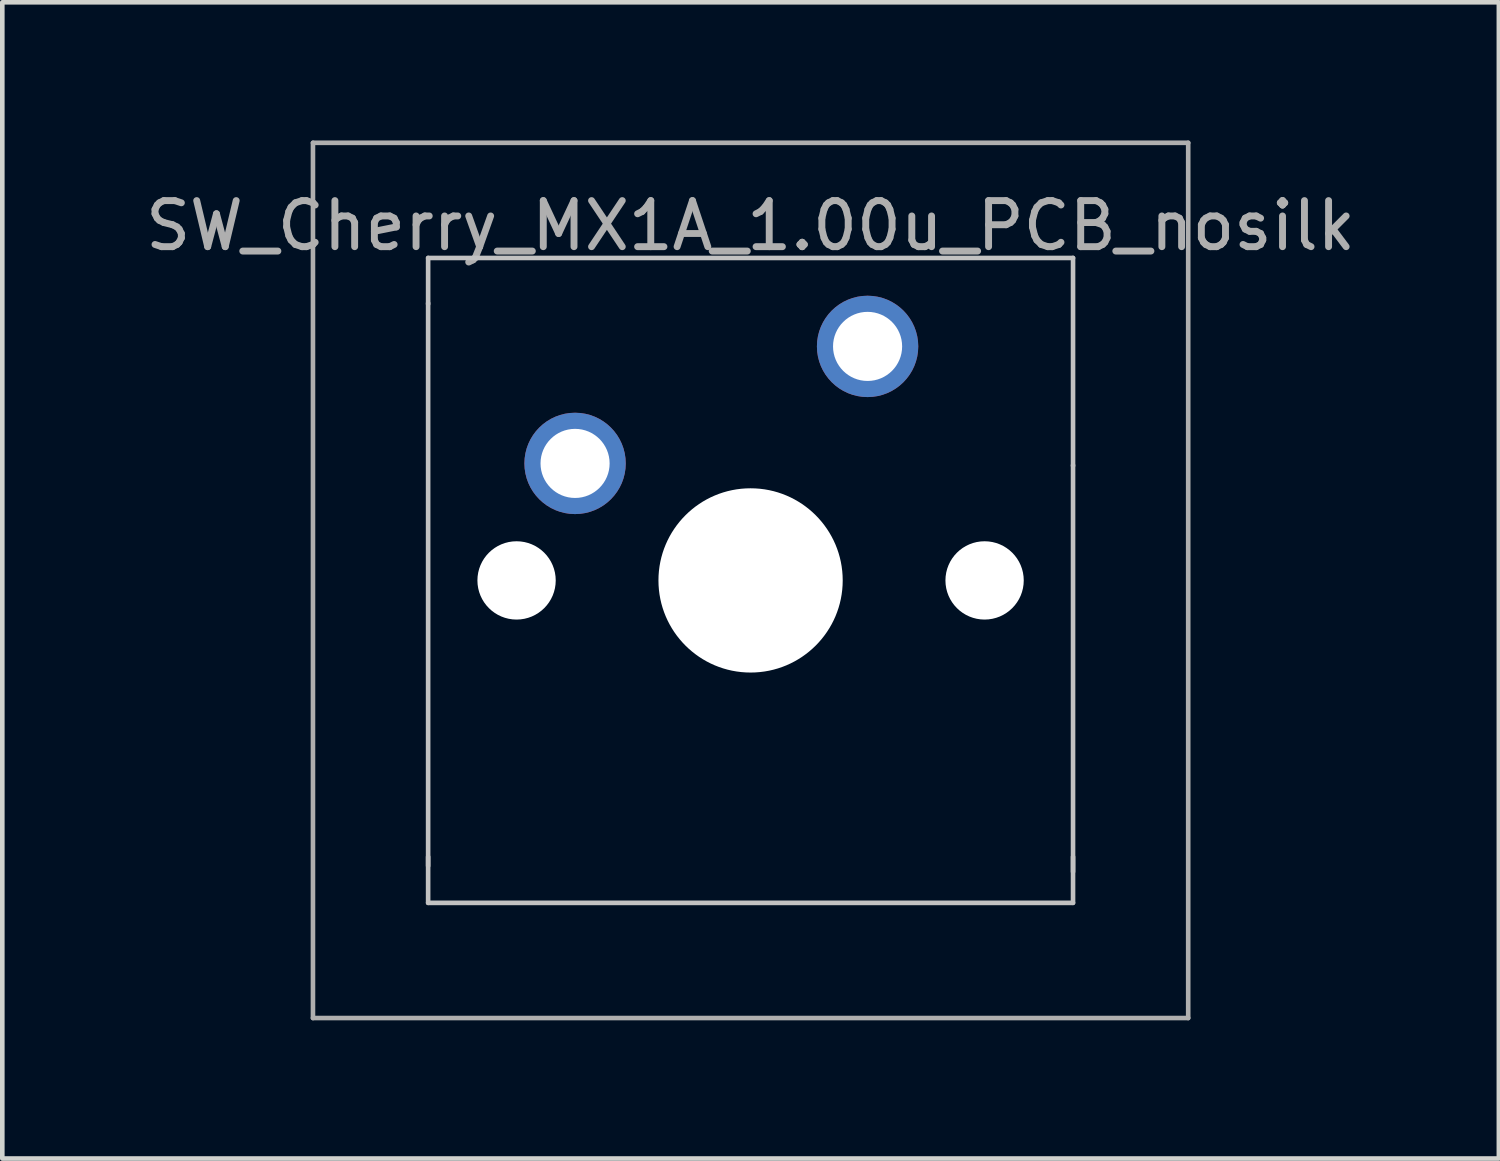
<source format=kicad_pcb>
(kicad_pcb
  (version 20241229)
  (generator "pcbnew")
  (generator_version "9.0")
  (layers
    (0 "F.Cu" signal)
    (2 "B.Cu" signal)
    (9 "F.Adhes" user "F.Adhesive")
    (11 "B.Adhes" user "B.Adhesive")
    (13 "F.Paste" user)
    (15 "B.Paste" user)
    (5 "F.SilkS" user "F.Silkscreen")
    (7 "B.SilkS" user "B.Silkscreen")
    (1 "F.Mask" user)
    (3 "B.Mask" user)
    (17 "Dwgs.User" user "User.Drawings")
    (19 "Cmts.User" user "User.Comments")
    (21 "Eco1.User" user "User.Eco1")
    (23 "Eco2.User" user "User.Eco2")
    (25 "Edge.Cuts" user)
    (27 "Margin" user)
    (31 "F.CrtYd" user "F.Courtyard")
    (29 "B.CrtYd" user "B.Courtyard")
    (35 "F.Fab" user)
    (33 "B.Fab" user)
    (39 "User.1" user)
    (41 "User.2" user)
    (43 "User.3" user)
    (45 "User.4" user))
  (footprint "SW_Cherry_MX1A_1.00u_PCB_nosilk"
    (layer "F.Cu")
    (at 13.244 9.55)
    (property "Reference" "SW_Cherry_MX1A_1.00u_PCB_nosilk" (at 0 -7.7 0) (layer "F.Fab") (effects (font (size 1 1) (thickness 0.15))))
    (attr through_hole)
    (fp_line (start -7 -7) (end 7 -7) (stroke (width 0.1) (type solid)) (layer "Dwgs.User"))
    (fp_line (start -7 -6.02) (end -7 6.198) (stroke (width 0.1) (type solid)) (layer "Dwgs.User"))
    (fp_line (start -7 -6) (end -7 -7) (stroke (width 0.1) (type solid)) (layer "Dwgs.User"))
    (fp_line (start -7 7) (end -7 6) (stroke (width 0.1) (type solid)) (layer "Dwgs.User"))
    (fp_line (start -7 7) (end 7 7) (stroke (width 0.1) (type solid)) (layer "Dwgs.User"))
    (fp_line (start 7 -2.5) (end 7 6.325) (stroke (width 0.1) (type solid)) (layer "Dwgs.User"))
    (fp_line (start 7 -2.489) (end 7 -7) (stroke (width 0.1) (type solid)) (layer "Dwgs.User"))
    (fp_line (start 7 7) (end 7 6) (stroke (width 0.1) (type solid)) (layer "Dwgs.User"))
    (fp_line (start -9.5 -9.5) (end 9.5 -9.5) (stroke (width 0.1) (type solid)) (layer "F.Fab"))
    (fp_line (start -9.5 9.5) (end -9.5 -9.5) (stroke (width 0.1) (type solid)) (layer "F.Fab"))
    (fp_line (start 9.5 -9.5) (end 9.5 9.5) (stroke (width 0.1) (type solid)) (layer "F.Fab"))
    (fp_line (start 9.5 9.5) (end -9.5 9.5) (stroke (width 0.1) (type solid)) (layer "F.Fab"))
    (pad "" np_thru_hole circle (at -5.08 0) (size 1.7 1.7) (drill 1.7) (layers "*.Cu" "*.Mask"))
    (pad "" np_thru_hole circle (at 0 0) (size 4 4) (drill 4) (layers "*.Cu" "*.Mask"))
    (pad "" np_thru_hole circle (at 5.08 0) (size 1.7 1.7) (drill 1.7) (layers "*.Cu" "*.Mask"))
    (pad "1" thru_hole circle (at -3.81 -2.54) (size 2.2 2.2) (drill 1.5) (layers "*.Cu" "*.Mask"))
    (pad "2" thru_hole circle (at 2.54 -5.08) (size 2.2 2.2) (drill 1.5) (layers "*.Cu" "*.Mask")))
  (gr_rect
    (start -3 -3)
    (end 29.488 22.1)
    (stroke (width 0.1) (type default))
    (fill no)
    (layer "Edge.Cuts")))
</source>
